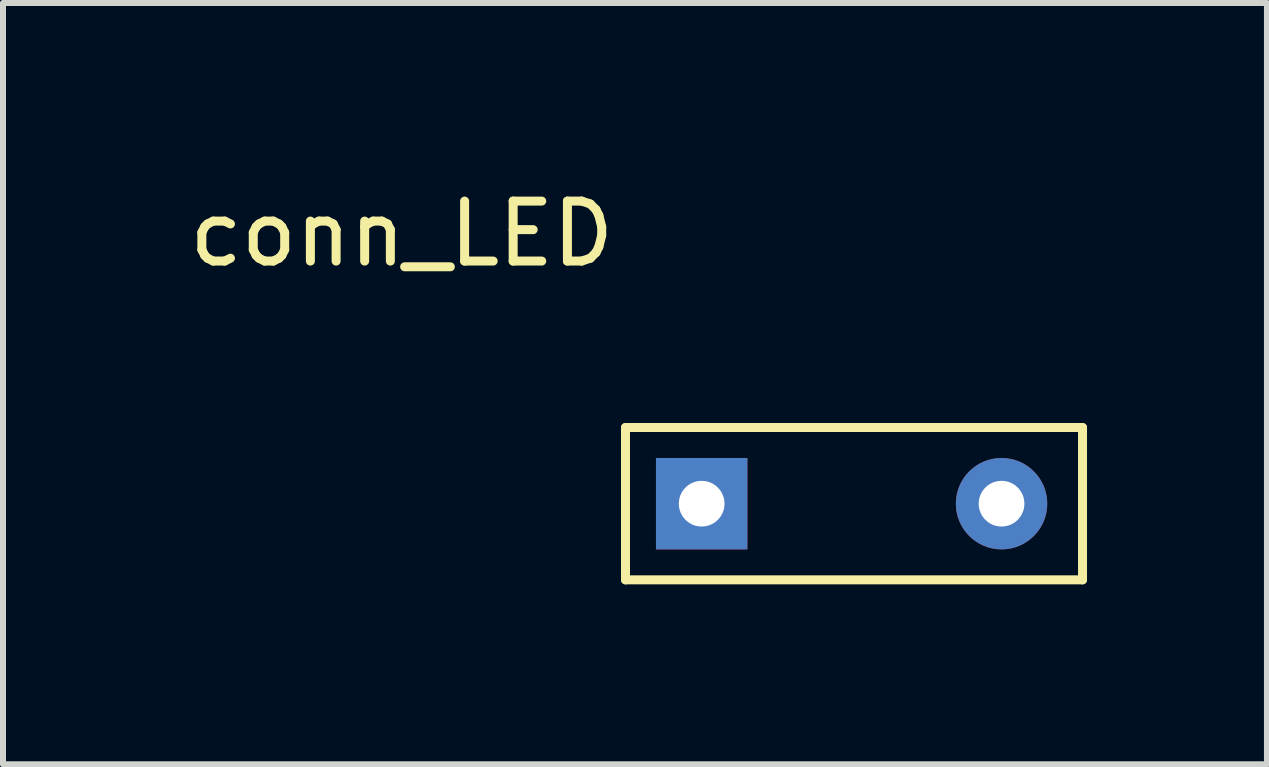
<source format=kicad_pcb>
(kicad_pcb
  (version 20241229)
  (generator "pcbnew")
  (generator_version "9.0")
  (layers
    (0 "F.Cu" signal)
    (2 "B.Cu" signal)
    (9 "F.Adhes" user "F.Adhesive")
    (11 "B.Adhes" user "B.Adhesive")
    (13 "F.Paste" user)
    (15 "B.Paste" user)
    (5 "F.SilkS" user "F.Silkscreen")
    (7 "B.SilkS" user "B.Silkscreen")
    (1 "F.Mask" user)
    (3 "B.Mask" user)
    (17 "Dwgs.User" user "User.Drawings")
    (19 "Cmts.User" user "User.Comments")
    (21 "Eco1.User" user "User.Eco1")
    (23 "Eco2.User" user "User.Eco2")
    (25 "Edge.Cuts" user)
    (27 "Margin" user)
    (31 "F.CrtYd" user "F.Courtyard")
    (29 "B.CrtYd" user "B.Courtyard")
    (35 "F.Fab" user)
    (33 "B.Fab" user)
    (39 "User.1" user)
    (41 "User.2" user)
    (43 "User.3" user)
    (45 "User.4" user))
  (footprint "conn_LED"
    (layer "F.Cu")
    (at 8.649 5.348)
    (property "Reference" "conn_LED" (at -5 -4.5 0) (layer "F.SilkS") (effects (font (size 1 1) (thickness 0.15))))
    (attr through_hole)
    (fp_line (start -1.27 -1.27) (end 6.35 -1.27) (stroke (width 0.15) (type solid)) (layer "F.SilkS"))
    (fp_line (start -1.27 1.27) (end -1.27 -1.27) (stroke (width 0.15) (type solid)) (layer "F.SilkS"))
    (fp_line (start 6.35 -1.27) (end 6.35 1.27) (stroke (width 0.15) (type solid)) (layer "F.SilkS"))
    (fp_line (start 6.35 1.27) (end -1.27 1.27) (stroke (width 0.15) (type solid)) (layer "F.SilkS"))
    (pad "1" thru_hole rect (at 0 0) (size 1.524 1.524) (drill 0.762) (layers "*.Cu" "*.Mask"))
    (pad "2" thru_hole circle (at 5 0) (size 1.524 1.524) (drill 0.762) (layers "*.Cu" "*.Mask")))
  (gr_rect
    (start -3 -3)
    (end 18.074 9.693)
    (stroke (width 0.1) (type default))
    (fill no)
    (layer "Edge.Cuts")))
</source>
